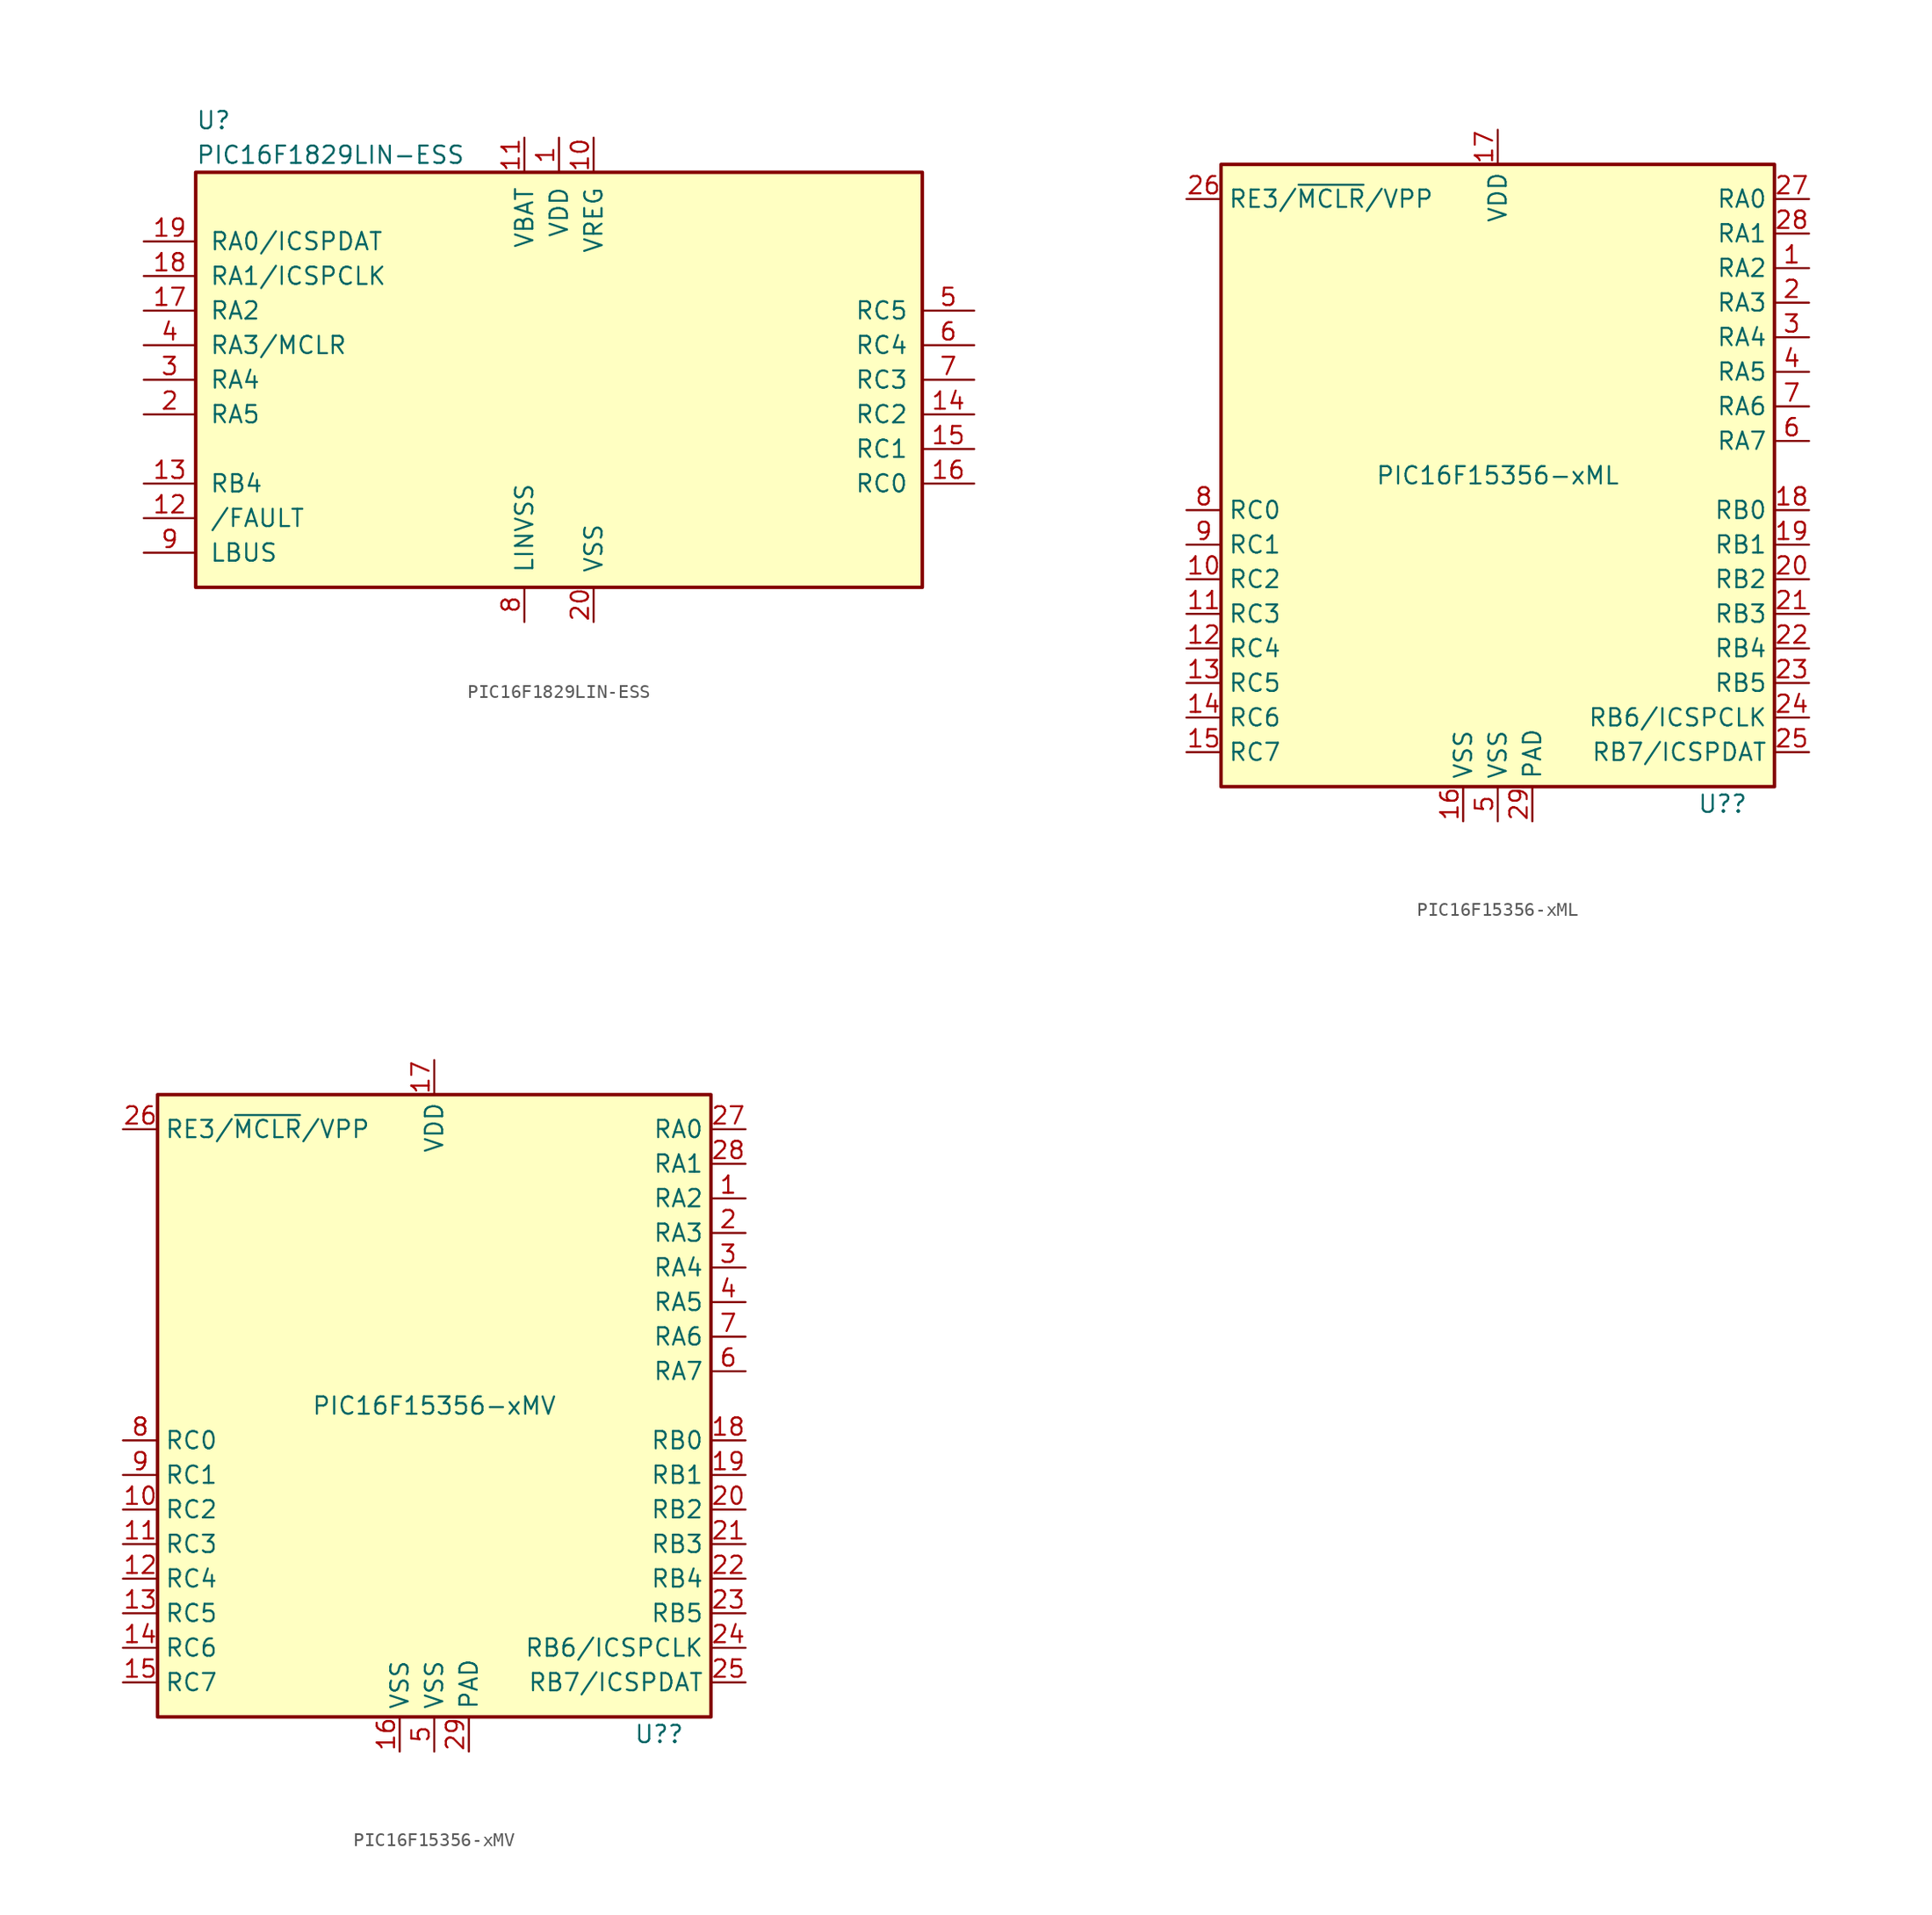
<source format=kicad_sym>
(kicad_symbol_lib
  (version 20201005)
  (generator kicad_symbol_editor)
  (symbol "MCU_Microchip_PIC16:PIC16F1829LIN-ESS"
    (pin_names
      (offset 1.016))
    (property "Reference" "U"
      (at -26.67 19.05 0)
      (effects (font (size 1.27 1.27)) (justify left)))
    (property "Value" "PIC16F1829LIN-ESS"
      (at -26.67 16.51 0)
      (effects (font (size 1.27 1.27)) (justify left)))
    (symbol "PIC16F1829LIN-ESS_0_1"
      (rectangle (start -26.67 15.24) (end 26.67 -15.24) (stroke (width 0.254)) (fill (type background))))
    (symbol "PIC16F1829LIN-ESS_1_1"
      (pin power_in line (at 0 17.78 270) (length 2.54) (name "VDD" (effects (font (size 1.27 1.27)))) (number "1" (effects (font (size 1.27 1.27)))))
      (pin power_out line (at 2.54 17.78 270) (length 2.54) (name "VREG" (effects (font (size 1.27 1.27)))) (number "10" (effects (font (size 1.27 1.27)))))
      (pin power_in line (at -2.54 17.78 270) (length 2.54) (name "VBAT" (effects (font (size 1.27 1.27)))) (number "11" (effects (font (size 1.27 1.27)))))
      (pin bidirectional line (at -30.48 -10.16 0) (length 3.81) (name "/FAULT" (effects (font (size 1.27 1.27)))) (number "12" (effects (font (size 1.27 1.27)))))
      (pin bidirectional line (at -30.48 -7.62 0) (length 3.81) (name "RB4" (effects (font (size 1.27 1.27)))) (number "13" (effects (font (size 1.27 1.27)))))
      (pin bidirectional line (at 30.48 -2.54 180) (length 3.81) (name "RC2" (effects (font (size 1.27 1.27)))) (number "14" (effects (font (size 1.27 1.27)))))
      (pin bidirectional line (at 30.48 -5.08 180) (length 3.81) (name "RC1" (effects (font (size 1.27 1.27)))) (number "15" (effects (font (size 1.27 1.27)))))
      (pin bidirectional line (at 30.48 -7.62 180) (length 3.81) (name "RC0" (effects (font (size 1.27 1.27)))) (number "16" (effects (font (size 1.27 1.27)))))
      (pin bidirectional line (at -30.48 5.08 0) (length 3.81) (name "RA2" (effects (font (size 1.27 1.27)))) (number "17" (effects (font (size 1.27 1.27)))))
      (pin bidirectional line (at -30.48 7.62 0) (length 3.81) (name "RA1/ICSPCLK" (effects (font (size 1.27 1.27)))) (number "18" (effects (font (size 1.27 1.27)))))
      (pin bidirectional line (at -30.48 10.16 0) (length 3.81) (name "RA0/ICSPDAT" (effects (font (size 1.27 1.27)))) (number "19" (effects (font (size 1.27 1.27)))))
      (pin bidirectional line (at -30.48 -2.54 0) (length 3.81) (name "RA5" (effects (font (size 1.27 1.27)))) (number "2" (effects (font (size 1.27 1.27)))))
      (pin power_in line (at 2.54 -17.78 90) (length 2.54) (name "VSS" (effects (font (size 1.27 1.27)))) (number "20" (effects (font (size 1.27 1.27)))))
      (pin bidirectional line (at -30.48 0 0) (length 3.81) (name "RA4" (effects (font (size 1.27 1.27)))) (number "3" (effects (font (size 1.27 1.27)))))
      (pin bidirectional line (at -30.48 2.54 0) (length 3.81) (name "RA3/MCLR" (effects (font (size 1.27 1.27)))) (number "4" (effects (font (size 1.27 1.27)))))
      (pin bidirectional line (at 30.48 5.08 180) (length 3.81) (name "RC5" (effects (font (size 1.27 1.27)))) (number "5" (effects (font (size 1.27 1.27)))))
      (pin bidirectional line (at 30.48 2.54 180) (length 3.81) (name "RC4" (effects (font (size 1.27 1.27)))) (number "6" (effects (font (size 1.27 1.27)))))
      (pin bidirectional line (at 30.48 0 180) (length 3.81) (name "RC3" (effects (font (size 1.27 1.27)))) (number "7" (effects (font (size 1.27 1.27)))))
      (pin power_in line (at -2.54 -17.78 90) (length 2.54) (name "LINVSS" (effects (font (size 1.27 1.27)))) (number "8" (effects (font (size 1.27 1.27)))))
      (pin bidirectional line (at -30.48 -12.7 0) (length 3.81) (name "LBUS" (effects (font (size 1.27 1.27)))) (number "9" (effects (font (size 1.27 1.27)))))))
  (symbol "MCU_Microchip_PIC16:PIC16F15356-xML"
    (property "Reference" "U?"
      (at 16.51 -24.13 0)
      (effects (font (size 1.27 1.27))))
    (property "Value" "PIC16F15356-xML"
      (at 0 0 0)
      (effects (font (size 1.27 1.27))))
    (symbol "PIC16F15356-xML_0_0"
      (pin power_in line (at 2.54 -25.4 90) (length 2.54) (name "PAD" (effects (font (size 1.27 1.27)))) (number "29" (effects (font (size 1.27 1.27))))))
    (symbol "PIC16F15356-xML_0_1"
      (rectangle (start -20.32 -22.86) (end 20.32 22.86) (stroke (width 0.254)) (fill (type background))))
    (symbol "PIC16F15356-xML_1_1"
      (pin bidirectional line (at 22.86 15.24 180) (length 2.54) (name "RA2" (effects (font (size 1.27 1.27)))) (number "1" (effects (font (size 1.27 1.27)))))
      (pin bidirectional line (at -22.86 -7.62 0) (length 2.54) (name "RC2" (effects (font (size 1.27 1.27)))) (number "10" (effects (font (size 1.27 1.27)))))
      (pin bidirectional line (at -22.86 -10.16 0) (length 2.54) (name "RC3" (effects (font (size 1.27 1.27)))) (number "11" (effects (font (size 1.27 1.27)))))
      (pin bidirectional line (at -22.86 -12.7 0) (length 2.54) (name "RC4" (effects (font (size 1.27 1.27)))) (number "12" (effects (font (size 1.27 1.27)))))
      (pin bidirectional line (at -22.86 -15.24 0) (length 2.54) (name "RC5" (effects (font (size 1.27 1.27)))) (number "13" (effects (font (size 1.27 1.27)))))
      (pin bidirectional line (at -22.86 -17.78 0) (length 2.54) (name "RC6" (effects (font (size 1.27 1.27)))) (number "14" (effects (font (size 1.27 1.27)))))
      (pin bidirectional line (at -22.86 -20.32 0) (length 2.54) (name "RC7" (effects (font (size 1.27 1.27)))) (number "15" (effects (font (size 1.27 1.27)))))
      (pin power_in line (at -2.54 -25.4 90) (length 2.54) (name "VSS" (effects (font (size 1.27 1.27)))) (number "16" (effects (font (size 1.27 1.27)))))
      (pin power_in line (at 0 25.4 270) (length 2.54) (name "VDD" (effects (font (size 1.27 1.27)))) (number "17" (effects (font (size 1.27 1.27)))))
      (pin bidirectional line (at 22.86 -2.54 180) (length 2.54) (name "RB0" (effects (font (size 1.27 1.27)))) (number "18" (effects (font (size 1.27 1.27)))))
      (pin bidirectional line (at 22.86 -5.08 180) (length 2.54) (name "RB1" (effects (font (size 1.27 1.27)))) (number "19" (effects (font (size 1.27 1.27)))))
      (pin bidirectional line (at 22.86 12.7 180) (length 2.54) (name "RA3" (effects (font (size 1.27 1.27)))) (number "2" (effects (font (size 1.27 1.27)))))
      (pin bidirectional line (at 22.86 -7.62 180) (length 2.54) (name "RB2" (effects (font (size 1.27 1.27)))) (number "20" (effects (font (size 1.27 1.27)))))
      (pin bidirectional line (at 22.86 -10.16 180) (length 2.54) (name "RB3" (effects (font (size 1.27 1.27)))) (number "21" (effects (font (size 1.27 1.27)))))
      (pin bidirectional line (at 22.86 -12.7 180) (length 2.54) (name "RB4" (effects (font (size 1.27 1.27)))) (number "22" (effects (font (size 1.27 1.27)))))
      (pin bidirectional line (at 22.86 -15.24 180) (length 2.54) (name "RB5" (effects (font (size 1.27 1.27)))) (number "23" (effects (font (size 1.27 1.27)))))
      (pin bidirectional line (at 22.86 -17.78 180) (length 2.54) (name "RB6/ICSPCLK" (effects (font (size 1.27 1.27)))) (number "24" (effects (font (size 1.27 1.27)))))
      (pin bidirectional line (at 22.86 -20.32 180) (length 2.54) (name "RB7/ICSPDAT" (effects (font (size 1.27 1.27)))) (number "25" (effects (font (size 1.27 1.27)))))
      (pin bidirectional line (at -22.86 20.32 0) (length 2.54) (name "RE3/~MCLR~/VPP" (effects (font (size 1.27 1.27)))) (number "26" (effects (font (size 1.27 1.27)))))
      (pin bidirectional line (at 22.86 20.32 180) (length 2.54) (name "RA0" (effects (font (size 1.27 1.27)))) (number "27" (effects (font (size 1.27 1.27)))))
      (pin bidirectional line (at 22.86 17.78 180) (length 2.54) (name "RA1" (effects (font (size 1.27 1.27)))) (number "28" (effects (font (size 1.27 1.27)))))
      (pin bidirectional line (at 22.86 10.16 180) (length 2.54) (name "RA4" (effects (font (size 1.27 1.27)))) (number "3" (effects (font (size 1.27 1.27)))))
      (pin bidirectional line (at 22.86 7.62 180) (length 2.54) (name "RA5" (effects (font (size 1.27 1.27)))) (number "4" (effects (font (size 1.27 1.27)))))
      (pin power_in line (at 0 -25.4 90) (length 2.54) (name "VSS" (effects (font (size 1.27 1.27)))) (number "5" (effects (font (size 1.27 1.27)))))
      (pin bidirectional line (at 22.86 2.54 180) (length 2.54) (name "RA7" (effects (font (size 1.27 1.27)))) (number "6" (effects (font (size 1.27 1.27)))))
      (pin bidirectional line (at 22.86 5.08 180) (length 2.54) (name "RA6" (effects (font (size 1.27 1.27)))) (number "7" (effects (font (size 1.27 1.27)))))
      (pin bidirectional line (at -22.86 -2.54 0) (length 2.54) (name "RC0" (effects (font (size 1.27 1.27)))) (number "8" (effects (font (size 1.27 1.27)))))
      (pin bidirectional line (at -22.86 -5.08 0) (length 2.54) (name "RC1" (effects (font (size 1.27 1.27)))) (number "9" (effects (font (size 1.27 1.27)))))))
  (symbol "MCU_Microchip_PIC16:PIC16F15356-xMV"
    (property "Reference" "U?"
      (at 16.51 -24.13 0)
      (effects (font (size 1.27 1.27))))
    (property "Value" "PIC16F15356-xMV"
      (at 0 0 0)
      (effects (font (size 1.27 1.27))))
    (symbol "PIC16F15356-xMV_0_0"
      (pin power_in line (at 2.54 -25.4 90) (length 2.54) (name "PAD" (effects (font (size 1.27 1.27)))) (number "29" (effects (font (size 1.27 1.27))))))
    (symbol "PIC16F15356-xMV_0_1"
      (rectangle (start -20.32 -22.86) (end 20.32 22.86) (stroke (width 0.254)) (fill (type background))))
    (symbol "PIC16F15356-xMV_1_1"
      (pin bidirectional line (at 22.86 15.24 180) (length 2.54) (name "RA2" (effects (font (size 1.27 1.27)))) (number "1" (effects (font (size 1.27 1.27)))))
      (pin bidirectional line (at -22.86 -7.62 0) (length 2.54) (name "RC2" (effects (font (size 1.27 1.27)))) (number "10" (effects (font (size 1.27 1.27)))))
      (pin bidirectional line (at -22.86 -10.16 0) (length 2.54) (name "RC3" (effects (font (size 1.27 1.27)))) (number "11" (effects (font (size 1.27 1.27)))))
      (pin bidirectional line (at -22.86 -12.7 0) (length 2.54) (name "RC4" (effects (font (size 1.27 1.27)))) (number "12" (effects (font (size 1.27 1.27)))))
      (pin bidirectional line (at -22.86 -15.24 0) (length 2.54) (name "RC5" (effects (font (size 1.27 1.27)))) (number "13" (effects (font (size 1.27 1.27)))))
      (pin bidirectional line (at -22.86 -17.78 0) (length 2.54) (name "RC6" (effects (font (size 1.27 1.27)))) (number "14" (effects (font (size 1.27 1.27)))))
      (pin bidirectional line (at -22.86 -20.32 0) (length 2.54) (name "RC7" (effects (font (size 1.27 1.27)))) (number "15" (effects (font (size 1.27 1.27)))))
      (pin power_in line (at -2.54 -25.4 90) (length 2.54) (name "VSS" (effects (font (size 1.27 1.27)))) (number "16" (effects (font (size 1.27 1.27)))))
      (pin power_in line (at 0 25.4 270) (length 2.54) (name "VDD" (effects (font (size 1.27 1.27)))) (number "17" (effects (font (size 1.27 1.27)))))
      (pin bidirectional line (at 22.86 -2.54 180) (length 2.54) (name "RB0" (effects (font (size 1.27 1.27)))) (number "18" (effects (font (size 1.27 1.27)))))
      (pin bidirectional line (at 22.86 -5.08 180) (length 2.54) (name "RB1" (effects (font (size 1.27 1.27)))) (number "19" (effects (font (size 1.27 1.27)))))
      (pin bidirectional line (at 22.86 12.7 180) (length 2.54) (name "RA3" (effects (font (size 1.27 1.27)))) (number "2" (effects (font (size 1.27 1.27)))))
      (pin bidirectional line (at 22.86 -7.62 180) (length 2.54) (name "RB2" (effects (font (size 1.27 1.27)))) (number "20" (effects (font (size 1.27 1.27)))))
      (pin bidirectional line (at 22.86 -10.16 180) (length 2.54) (name "RB3" (effects (font (size 1.27 1.27)))) (number "21" (effects (font (size 1.27 1.27)))))
      (pin bidirectional line (at 22.86 -12.7 180) (length 2.54) (name "RB4" (effects (font (size 1.27 1.27)))) (number "22" (effects (font (size 1.27 1.27)))))
      (pin bidirectional line (at 22.86 -15.24 180) (length 2.54) (name "RB5" (effects (font (size 1.27 1.27)))) (number "23" (effects (font (size 1.27 1.27)))))
      (pin bidirectional line (at 22.86 -17.78 180) (length 2.54) (name "RB6/ICSPCLK" (effects (font (size 1.27 1.27)))) (number "24" (effects (font (size 1.27 1.27)))))
      (pin bidirectional line (at 22.86 -20.32 180) (length 2.54) (name "RB7/ICSPDAT" (effects (font (size 1.27 1.27)))) (number "25" (effects (font (size 1.27 1.27)))))
      (pin bidirectional line (at -22.86 20.32 0) (length 2.54) (name "RE3/~MCLR~/VPP" (effects (font (size 1.27 1.27)))) (number "26" (effects (font (size 1.27 1.27)))))
      (pin bidirectional line (at 22.86 20.32 180) (length 2.54) (name "RA0" (effects (font (size 1.27 1.27)))) (number "27" (effects (font (size 1.27 1.27)))))
      (pin bidirectional line (at 22.86 17.78 180) (length 2.54) (name "RA1" (effects (font (size 1.27 1.27)))) (number "28" (effects (font (size 1.27 1.27)))))
      (pin bidirectional line (at 22.86 10.16 180) (length 2.54) (name "RA4" (effects (font (size 1.27 1.27)))) (number "3" (effects (font (size 1.27 1.27)))))
      (pin bidirectional line (at 22.86 7.62 180) (length 2.54) (name "RA5" (effects (font (size 1.27 1.27)))) (number "4" (effects (font (size 1.27 1.27)))))
      (pin power_in line (at 0 -25.4 90) (length 2.54) (name "VSS" (effects (font (size 1.27 1.27)))) (number "5" (effects (font (size 1.27 1.27)))))
      (pin bidirectional line (at 22.86 2.54 180) (length 2.54) (name "RA7" (effects (font (size 1.27 1.27)))) (number "6" (effects (font (size 1.27 1.27)))))
      (pin bidirectional line (at 22.86 5.08 180) (length 2.54) (name "RA6" (effects (font (size 1.27 1.27)))) (number "7" (effects (font (size 1.27 1.27)))))
      (pin bidirectional line (at -22.86 -2.54 0) (length 2.54) (name "RC0" (effects (font (size 1.27 1.27)))) (number "8" (effects (font (size 1.27 1.27)))))
      (pin bidirectional line (at -22.86 -5.08 0) (length 2.54) (name "RC1" (effects (font (size 1.27 1.27)))) (number "9" (effects (font (size 1.27 1.27))))))))
</source>
